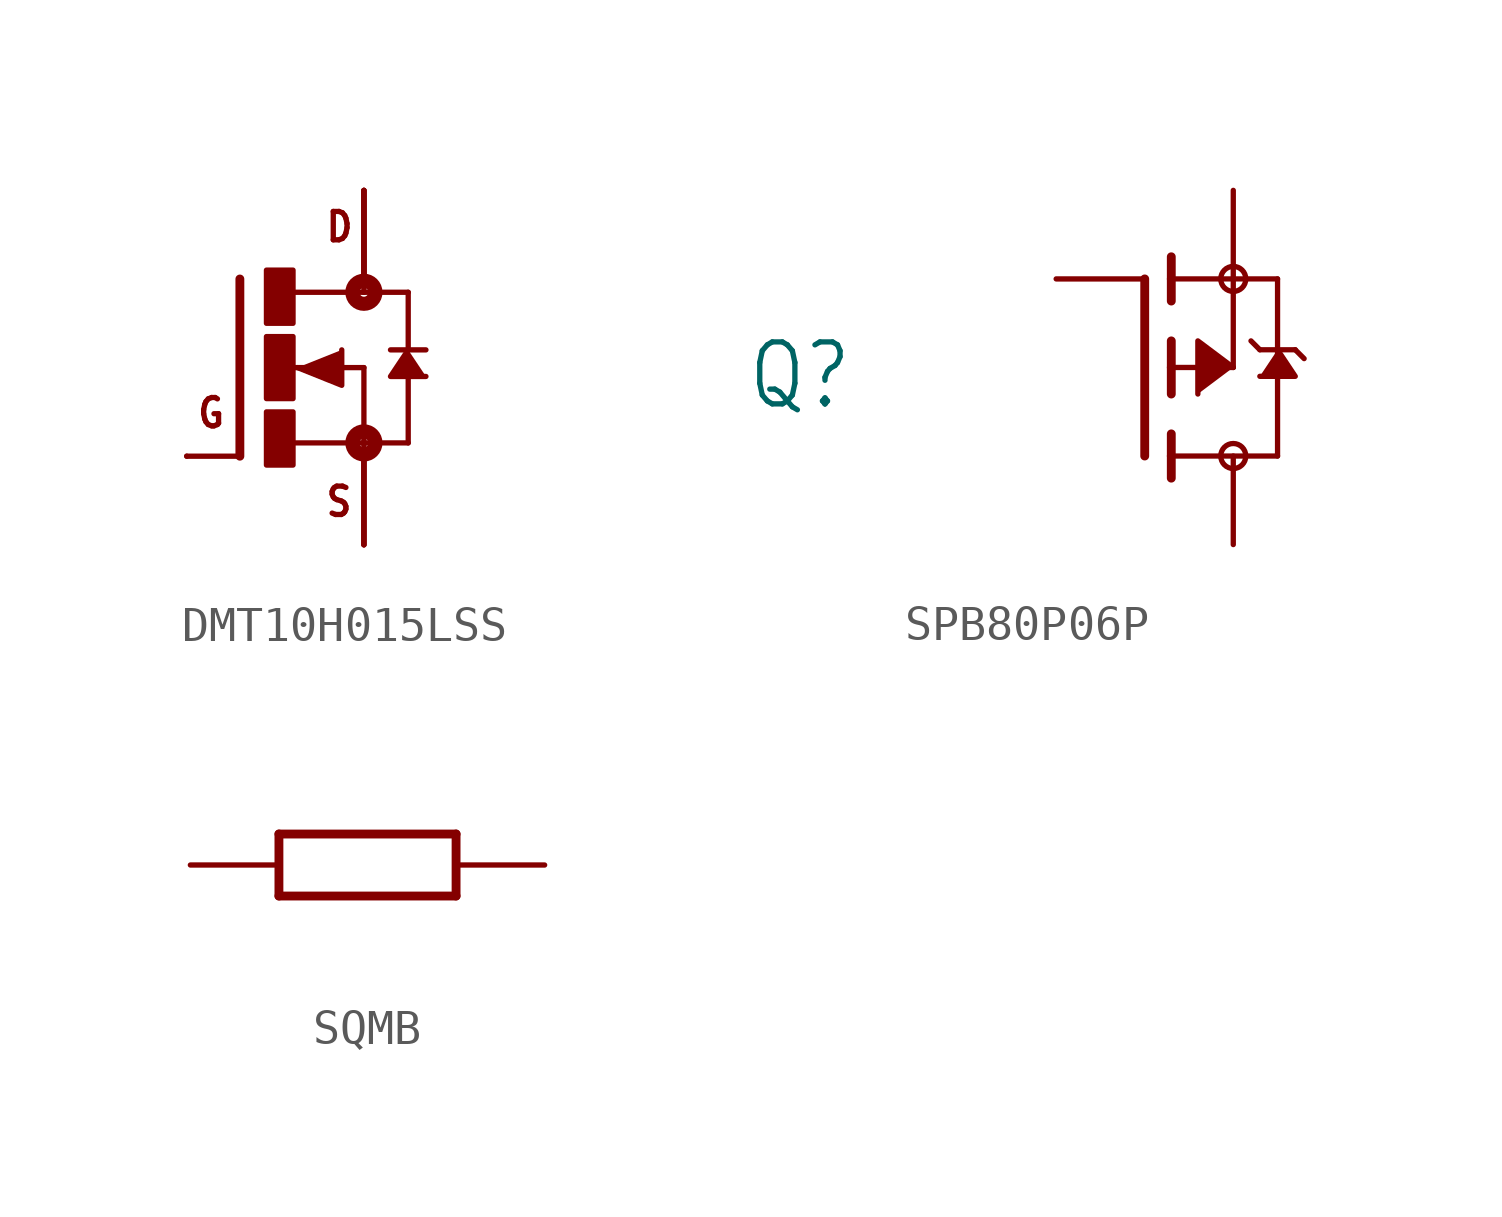
<source format=kicad_sym>
(kicad_symbol_lib
  (version 20231120)
  (generator "kicad_symbol_editor")
  (generator_version "8.0")
  (symbol "DMT10H015LSS"
    (property "Reference" ""
      (at 6.35 2.54 0)
      (effects (font (size 1.778 1.511)) (justify left bottom) (hide yes)))
    (property "Value" ""
      (at 6.35 0 0)
      (effects (font (size 1.778 1.511)) (justify left bottom)))
    (property "ki_locked" ""
      (at 0 0 0)
      (effects (font (size 1.27 1.27))))
    (symbol "DMT10H015LSS_1_0"
      (rectangle (start -0.254 -2.794) (end 0.508 -1.27) (stroke (width 0) (type default)) (fill (type outline)))
      (rectangle (start -0.254 -0.889) (end 0.508 0.889) (stroke (width 0) (type default)) (fill (type outline)))
      (rectangle (start -0.254 1.27) (end 0.508 2.794) (stroke (width 0) (type default)) (fill (type outline)))
      (polyline (pts (xy -1.016 -2.54) (xy -2.54 -2.54)) (stroke (width 0.152) (type solid)) (fill (type none)))
      (polyline (pts (xy -1.016 2.54) (xy -1.016 -2.54)) (stroke (width 0.254) (type solid)) (fill (type none)))
      (polyline (pts (xy 0.381 0) (xy 2.54 0)) (stroke (width 0.152) (type solid)) (fill (type none)))
      (polyline (pts (xy 0.508 -2.159) (xy 2.54 -2.159)) (stroke (width 0.152) (type solid)) (fill (type none)))
      (polyline (pts (xy 2.54 -2.159) (xy 2.54 -2.54)) (stroke (width 0.152) (type solid)) (fill (type none)))
      (polyline (pts (xy 2.54 0) (xy 2.54 -2.159)) (stroke (width 0.152) (type solid)) (fill (type none)))
      (polyline (pts (xy 2.54 2.159) (xy 0.533 2.159)) (stroke (width 0.152) (type solid)) (fill (type none)))
      (polyline (pts (xy 2.54 2.54) (xy 2.54 2.159)) (stroke (width 0.152) (type solid)) (fill (type none)))
      (polyline (pts (xy 3.302 0.508) (xy 3.81 0.508)) (stroke (width 0.152) (type solid)) (fill (type none)))
      (polyline (pts (xy 3.81 -2.159) (xy 2.54 -2.159)) (stroke (width 0.152) (type solid)) (fill (type none)))
      (polyline (pts (xy 3.81 -2.159) (xy 3.81 -0.127)) (stroke (width 0.152) (type solid)) (fill (type none)))
      (polyline (pts (xy 3.81 0.508) (xy 3.81 2.159)) (stroke (width 0.152) (type solid)) (fill (type none)))
      (polyline (pts (xy 3.81 0.508) (xy 4.318 0.508)) (stroke (width 0.152) (type solid)) (fill (type none)))
      (polyline (pts (xy 3.81 2.159) (xy 2.54 2.159)) (stroke (width 0.152) (type solid)) (fill (type none)))
      (polyline (pts (xy 0.635 0) (xy 1.905 -0.508) (xy 1.905 0.508)) (stroke (width 0.152) (type solid)) (fill (type outline)))
      (polyline (pts (xy 3.81 0.508) (xy 3.302 -0.254) (xy 4.318 -0.254)) (stroke (width 0.152) (type solid)) (fill (type outline)))
      (circle (center 2.54 -2.159) (radius 0.127) (stroke (width 0.406) (type solid)) (fill (type none)))
      (circle (center 2.54 2.159) (radius 0.127) (stroke (width 0.406) (type solid)) (fill (type none)))
      (text "D" (at 1.397 3.556 0) (effects (font (size 0.813 0.691)) (justify left bottom)))
      (text "G" (at -2.286 -1.778 0) (effects (font (size 0.813 0.691)) (justify left bottom)))
      (text "S" (at 1.397 -4.318 0) (effects (font (size 0.813 0.691)) (justify left bottom)))
      (pin passive line (at 2.54 -5.08 90) (length 2.54) (name "S" (effects (font (size 0 0)))) (number "1" (effects (font (size 0 0)))))
      (pin passive line (at 2.54 -5.08 90) (length 2.54) (name "S" (effects (font (size 0 0)))) (number "2" (effects (font (size 0 0)))))
      (pin passive line (at 2.54 -5.08 90) (length 2.54) (name "S" (effects (font (size 0 0)))) (number "3" (effects (font (size 0 0)))))
      (pin passive line (at -2.54 -2.54 0) (length 0) (name "G" (effects (font (size 0 0)))) (number "4" (effects (font (size 0 0)))))
      (pin passive line (at 2.54 5.08 270) (length 2.54) (name "D" (effects (font (size 0 0)))) (number "5" (effects (font (size 0 0)))))
      (pin passive line (at 2.54 5.08 270) (length 2.54) (name "D" (effects (font (size 0 0)))) (number "6" (effects (font (size 0 0)))))
      (pin passive line (at 2.54 5.08 270) (length 2.54) (name "D" (effects (font (size 0 0)))) (number "7" (effects (font (size 0 0)))))
      (pin passive line (at 2.54 5.08 270) (length 2.54) (name "D" (effects (font (size 0 0)))) (number "8" (effects (font (size 0 0)))))))
  (symbol "SPB80P06P"
    (property "Reference" "Q"
      (at -11.43 -1.27 0)
      (effects (font (size 1.778 1.511)) (justify left bottom)))
    (property "Value" ""
      (at -11.43 -3.81 0)
      (effects (font (size 1.778 1.511)) (justify left bottom)))
    (property "ki_locked" ""
      (at 0 0 0)
      (effects (font (size 1.27 1.27))))
    (symbol "SPB80P06P_1_0"
      (polyline (pts (xy 0 -2.54) (xy 0 2.54)) (stroke (width 0.254) (type solid)) (fill (type none)))
      (polyline (pts (xy 0.762 -3.175) (xy 0.762 -2.54)) (stroke (width 0.254) (type solid)) (fill (type none)))
      (polyline (pts (xy 0.762 -2.54) (xy 0.762 -1.905)) (stroke (width 0.254) (type solid)) (fill (type none)))
      (polyline (pts (xy 0.762 -2.54) (xy 3.81 -2.54)) (stroke (width 0.152) (type solid)) (fill (type none)))
      (polyline (pts (xy 0.762 -0.762) (xy 0.762 0)) (stroke (width 0.254) (type solid)) (fill (type none)))
      (polyline (pts (xy 0.762 0) (xy 0.762 0.762)) (stroke (width 0.254) (type solid)) (fill (type none)))
      (polyline (pts (xy 0.762 0) (xy 2.54 0)) (stroke (width 0.152) (type solid)) (fill (type none)))
      (polyline (pts (xy 0.762 1.905) (xy 0.762 2.54)) (stroke (width 0.254) (type solid)) (fill (type none)))
      (polyline (pts (xy 0.762 2.54) (xy 0.762 3.175)) (stroke (width 0.254) (type solid)) (fill (type none)))
      (polyline (pts (xy 2.54 0) (xy 2.54 2.54)) (stroke (width 0.152) (type solid)) (fill (type none)))
      (polyline (pts (xy 2.54 2.54) (xy 0.762 2.54)) (stroke (width 0.152) (type solid)) (fill (type none)))
      (polyline (pts (xy 2.54 2.54) (xy 3.81 2.54)) (stroke (width 0.152) (type solid)) (fill (type none)))
      (polyline (pts (xy 3.048 0.762) (xy 3.302 0.508)) (stroke (width 0.152) (type solid)) (fill (type none)))
      (polyline (pts (xy 3.302 0.508) (xy 3.81 0.508)) (stroke (width 0.152) (type solid)) (fill (type none)))
      (polyline (pts (xy 3.81 -2.54) (xy 3.81 0.508)) (stroke (width 0.152) (type solid)) (fill (type none)))
      (polyline (pts (xy 3.81 0.508) (xy 3.81 2.54)) (stroke (width 0.152) (type solid)) (fill (type none)))
      (polyline (pts (xy 3.81 0.508) (xy 4.318 0.508)) (stroke (width 0.152) (type solid)) (fill (type none)))
      (polyline (pts (xy 4.318 0.508) (xy 4.572 0.254)) (stroke (width 0.152) (type solid)) (fill (type none)))
      (polyline (pts (xy 2.54 0) (xy 1.524 0.762) (xy 1.524 -0.762)) (stroke (width 0.152) (type solid)) (fill (type outline)))
      (polyline (pts (xy 3.81 0.508) (xy 4.318 -0.254) (xy 3.302 -0.254)) (stroke (width 0.152) (type solid)) (fill (type outline)))
      (circle (center 2.54 -2.54) (radius 0.359) (stroke (width 0) (type solid)) (fill (type none)))
      (circle (center 2.54 2.54) (radius 0.359) (stroke (width 0) (type solid)) (fill (type none)))
      (pin passive line (at -2.54 2.54 0) (length 2.54) (name "G" (effects (font (size 0 0)))) (number "1" (effects (font (size 0 0)))))
      (pin passive line (at 2.54 5.08 270) (length 2.54) (name "S" (effects (font (size 0 0)))) (number "2" (effects (font (size 0 0)))))
      (pin passive line (at 2.54 -5.08 90) (length 2.54) (name "D" (effects (font (size 0 0)))) (number "3" (effects (font (size 0 0)))))))
  (symbol "SQMB"
    (property "Reference" ""
      (at -3.81 1.499 0)
      (effects (font (size 1.778 1.511)) (justify left bottom) (hide yes)))
    (property "Value" ""
      (at -3.81 -3.302 0)
      (effects (font (size 1.778 1.511)) (justify left bottom)))
    (property "ki_locked" ""
      (at 0 0 0)
      (effects (font (size 1.27 1.27))))
    (symbol "SQMB_1_0"
      (polyline (pts (xy -2.54 -0.889) (xy -2.54 0.889)) (stroke (width 0.254) (type solid)) (fill (type none)))
      (polyline (pts (xy -2.54 -0.889) (xy 2.54 -0.889)) (stroke (width 0.254) (type solid)) (fill (type none)))
      (polyline (pts (xy 2.54 -0.889) (xy 2.54 0.889)) (stroke (width 0.254) (type solid)) (fill (type none)))
      (polyline (pts (xy 2.54 0.889) (xy -2.54 0.889)) (stroke (width 0.254) (type solid)) (fill (type none)))
      (pin passive line (at -5.08 0 0) (length 2.54) (name "1" (effects (font (size 0 0)))) (number "P$1" (effects (font (size 0 0)))))
      (pin passive line (at 5.08 0 180) (length 2.54) (name "2" (effects (font (size 0 0)))) (number "P$2" (effects (font (size 0 0))))))))
</source>
